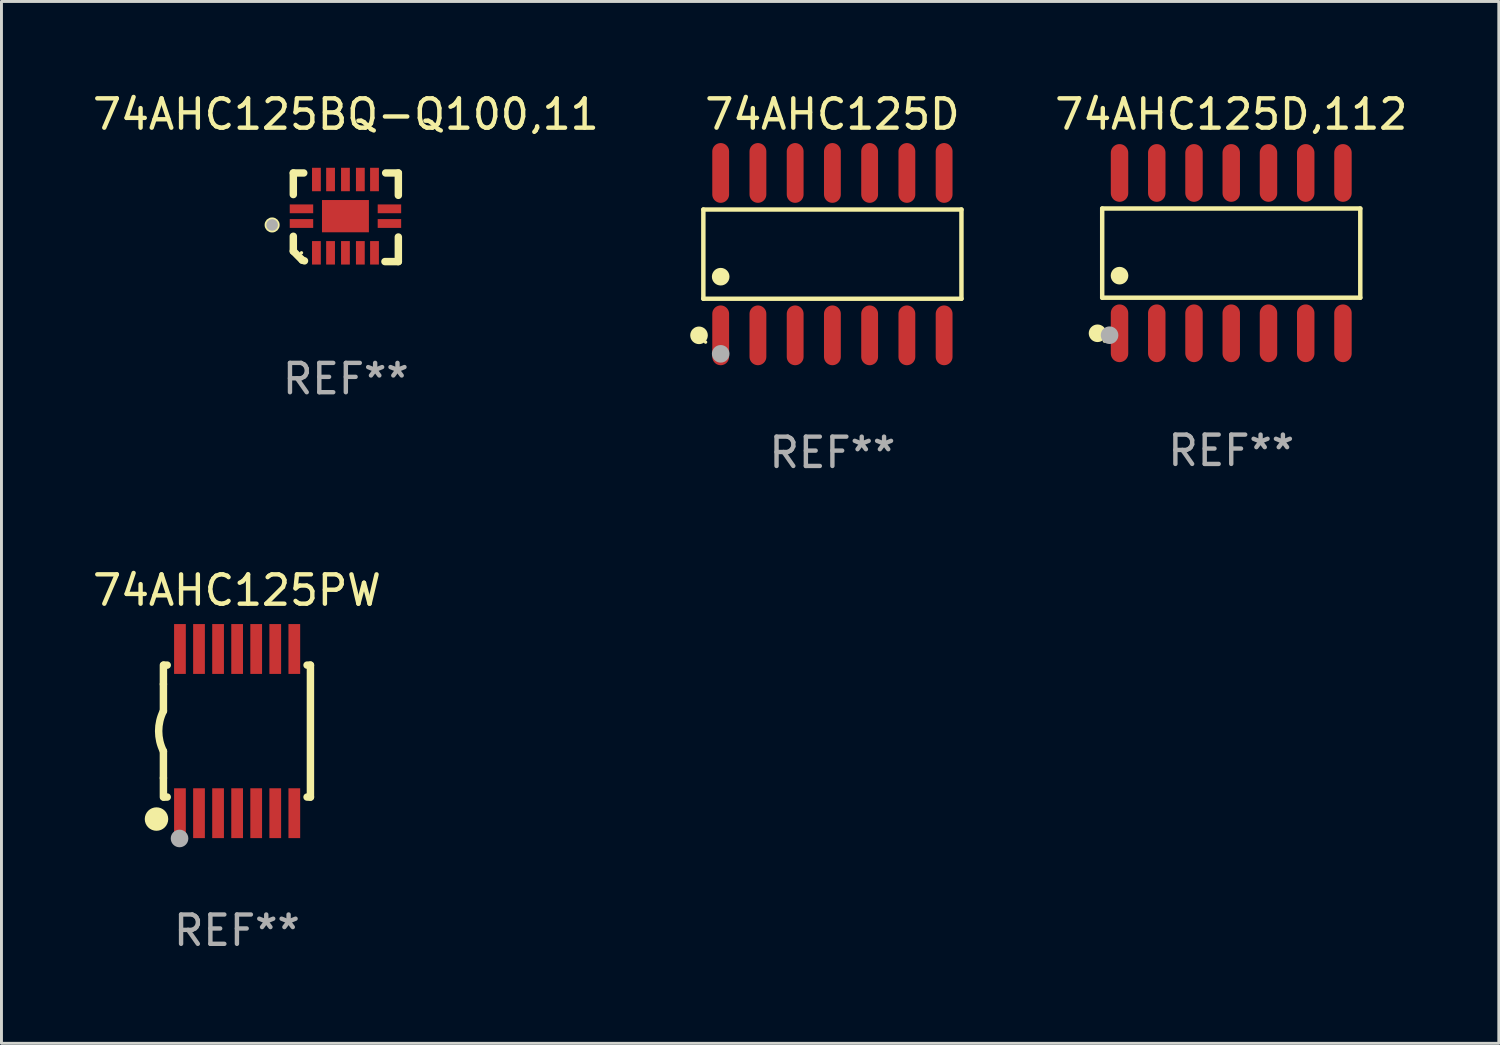
<source format=kicad_pcb>
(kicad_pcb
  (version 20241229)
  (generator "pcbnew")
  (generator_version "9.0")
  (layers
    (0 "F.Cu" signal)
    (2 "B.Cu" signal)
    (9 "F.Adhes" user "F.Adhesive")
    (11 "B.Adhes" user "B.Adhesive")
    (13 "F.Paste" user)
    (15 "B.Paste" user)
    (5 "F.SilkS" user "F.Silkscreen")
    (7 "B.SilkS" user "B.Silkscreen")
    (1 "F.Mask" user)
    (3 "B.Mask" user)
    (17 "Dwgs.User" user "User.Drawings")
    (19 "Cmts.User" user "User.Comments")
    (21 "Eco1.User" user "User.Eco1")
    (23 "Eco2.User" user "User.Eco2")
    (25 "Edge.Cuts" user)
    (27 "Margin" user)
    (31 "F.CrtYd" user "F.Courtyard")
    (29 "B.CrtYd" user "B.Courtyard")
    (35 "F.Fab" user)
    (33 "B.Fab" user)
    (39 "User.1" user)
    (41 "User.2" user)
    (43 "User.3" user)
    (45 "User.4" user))
  (footprint "74AHC125PW"
    (layer "F.Cu")
    (at 5.03 21.883)
    (property "Reference" "74AHC125PW" (at 0 -4.8 0) (layer "F.SilkS") (effects (font (size 1 1) (thickness 0.15))))
    (attr through_hole)
    (fp_line (start -2.507 -1.6) (end -2.507 -2.25) (stroke (width 0.254) (type solid)) (layer "F.SilkS"))
    (fp_line (start -2.507 -0.686) (end -2.507 -1.6) (stroke (width 0.254) (type solid)) (layer "F.SilkS"))
    (fp_line (start -2.507 1.6) (end -2.507 0.686) (stroke (width 0.254) (type solid)) (layer "F.SilkS"))
    (fp_line (start -2.507 1.6) (end -2.507 2.25) (stroke (width 0.254) (type solid)) (layer "F.SilkS"))
    (fp_line (start -2.493 -2.25) (end -2.377 -2.25) (stroke (width 0.254) (type solid)) (layer "F.SilkS"))
    (fp_line (start -2.377 2.25) (end -2.493 2.25) (stroke (width 0.254) (type solid)) (layer "F.SilkS"))
    (fp_line (start 2.392 -2.25) (end 2.507 -2.25) (stroke (width 0.254) (type solid)) (layer "F.SilkS"))
    (fp_line (start 2.507 -2.25) (end 2.507 2.25) (stroke (width 0.254) (type solid)) (layer "F.SilkS"))
    (fp_line (start 2.507 2.25) (end 2.392 2.25) (stroke (width 0.254) (type solid)) (layer "F.SilkS"))
    (fp_arc (start -2.507303 0.685802) (mid -2.669199 0) (end -2.507303 -0.685801) (stroke (width 0.254001) (type solid)) (layer "F.SilkS"))
    (fp_circle (center -2.743 3) (end -2.543 3) (stroke (width 0.4) (type solid)) (fill no) (layer "F.SilkS"))
    (fp_circle (center -2.493 3.2) (end -2.463 3.2) (stroke (width 0.06) (type solid)) (fill no) (layer "F.SilkS"))
    (fp_circle (center -1.957 3.662) (end -1.807 3.662) (stroke (width 0.3) (type solid)) (fill no) (layer "F.Fab"))
    (fp_text user "REF**" (at 0 6.8 0) (layer "F.Fab") (effects (font (size 1 1) (thickness 0.15))))
    (pad "1" smd rect (at -1.943 2.8) (size 0.4 1.7) (layers "F.Cu" "F.Mask" "F.Paste"))
    (pad "2" smd rect (at -1.293 2.8) (size 0.4 1.7) (layers "F.Cu" "F.Mask" "F.Paste"))
    (pad "3" smd rect (at -0.643 2.8) (size 0.4 1.7) (layers "F.Cu" "F.Mask" "F.Paste"))
    (pad "4" smd rect (at 0.007 2.8) (size 0.4 1.7) (layers "F.Cu" "F.Mask" "F.Paste"))
    (pad "5" smd rect (at 0.657 2.8) (size 0.4 1.7) (layers "F.Cu" "F.Mask" "F.Paste"))
    (pad "6" smd rect (at 1.307 2.8) (size 0.4 1.7) (layers "F.Cu" "F.Mask" "F.Paste"))
    (pad "7" smd rect (at 1.957 2.8) (size 0.4 1.7) (layers "F.Cu" "F.Mask" "F.Paste"))
    (pad "8" smd rect (at 1.957 -2.8) (size 0.4 1.7) (layers "F.Cu" "F.Mask" "F.Paste"))
    (pad "9" smd rect (at 1.307 -2.8) (size 0.4 1.7) (layers "F.Cu" "F.Mask" "F.Paste"))
    (pad "10" smd rect (at 0.657 -2.8) (size 0.4 1.7) (layers "F.Cu" "F.Mask" "F.Paste"))
    (pad "11" smd rect (at 0.007 -2.8) (size 0.4 1.7) (layers "F.Cu" "F.Mask" "F.Paste"))
    (pad "12" smd rect (at -0.643 -2.8) (size 0.4 1.7) (layers "F.Cu" "F.Mask" "F.Paste"))
    (pad "13" smd rect (at -1.293 -2.8) (size 0.4 1.7) (layers "F.Cu" "F.Mask" "F.Paste"))
    (pad "14" smd rect (at -1.943 -2.8) (size 0.4 1.7) (layers "F.Cu" "F.Mask" "F.Paste")))
  (footprint "74AHC125BQ-Q100,11"
    (layer "F.Cu")
    (at 8.744 4.36)
    (property "Reference" "74AHC125BQ-Q100,11" (at 0 -3.511 0) (layer "F.SilkS") (effects (font (size 1 1) (thickness 0.15))))
    (attr through_hole)
    (fp_line (start -1.791 -1.511) (end -1.435 -1.511) (stroke (width 0.254) (type solid)) (layer "F.SilkS"))
    (fp_line (start -1.791 -0.775) (end -1.791 -1.511) (stroke (width 0.254) (type solid)) (layer "F.SilkS"))
    (fp_line (start -1.791 1.156) (end -1.791 0.648) (stroke (width 0.254) (type solid)) (layer "F.SilkS"))
    (fp_line (start -1.486 1.461) (end -1.791 1.156) (stroke (width 0.254) (type solid)) (layer "F.SilkS"))
    (fp_line (start -1.41 1.486) (end -1.486 1.461) (stroke (width 0.254) (type solid)) (layer "F.SilkS"))
    (fp_line (start 1.334 1.511) (end 1.791 1.511) (stroke (width 0.254) (type solid)) (layer "F.SilkS"))
    (fp_line (start 1.791 -1.511) (end 1.359 -1.511) (stroke (width 0.254) (type solid)) (layer "F.SilkS"))
    (fp_line (start 1.791 -0.749) (end 1.791 -1.511) (stroke (width 0.254) (type solid)) (layer "F.SilkS"))
    (fp_line (start 1.791 1.511) (end 1.791 0.673) (stroke (width 0.254) (type solid)) (layer "F.SilkS"))
    (fp_circle (center -2.513 0.262) (end -2.383 0.262) (stroke (width 0.254) (type solid)) (fill no) (layer "F.SilkS"))
    (fp_circle (center -1.513 1.212) (end -1.483 1.212) (stroke (width 0.06) (type solid)) (fill no) (layer "F.SilkS"))
    (fp_circle (center -2.513 0.262) (end -2.413 0.262) (stroke (width 0.2) (type solid)) (fill no) (layer "F.Fab"))
    (fp_text user "REF**" (at 0 5.511 0) (layer "F.Fab") (effects (font (size 1 1) (thickness 0.15))))
    (pad "1" smd rect (at -1.513 0.212) (size 0.8 0.3) (layers "F.Cu" "F.Mask" "F.Paste"))
    (pad "2" smd rect (at -1.003 1.212) (size 0.3 0.8) (layers "F.Cu" "F.Mask" "F.Paste"))
    (pad "3" smd rect (at -0.521 1.212) (size 0.3 0.8) (layers "F.Cu" "F.Mask" "F.Paste"))
    (pad "4" smd rect (at -0.013 1.212) (size 0.3 0.8) (layers "F.Cu" "F.Mask" "F.Paste"))
    (pad "5" smd rect (at 0.495 1.212) (size 0.3 0.8) (layers "F.Cu" "F.Mask" "F.Paste"))
    (pad "6" smd rect (at 0.978 1.212) (size 0.3 0.8) (layers "F.Cu" "F.Mask" "F.Paste"))
    (pad "7" smd rect (at 1.487 0.212) (size 0.8 0.3) (layers "F.Cu" "F.Mask" "F.Paste"))
    (pad "8" smd rect (at 1.487 -0.288) (size 0.8 0.3) (layers "F.Cu" "F.Mask" "F.Paste"))
    (pad "9" smd rect (at 0.978 -1.288) (size 0.3 0.8) (layers "F.Cu" "F.Mask" "F.Paste"))
    (pad "10" smd rect (at 0.495 -1.288) (size 0.3 0.8) (layers "F.Cu" "F.Mask" "F.Paste"))
    (pad "11" smd rect (at -0.013 -1.288) (size 0.3 0.8) (layers "F.Cu" "F.Mask" "F.Paste"))
    (pad "12" smd rect (at -0.521 -1.288) (size 0.3 0.8) (layers "F.Cu" "F.Mask" "F.Paste"))
    (pad "13" smd rect (at -1.003 -1.288) (size 0.3 0.8) (layers "F.Cu" "F.Mask" "F.Paste"))
    (pad "14" smd rect (at -1.513 -0.288) (size 0.8 0.3) (layers "F.Cu" "F.Mask" "F.Paste"))
    (pad "15" smd rect (at -0.013 -0.038 90) (size 1.1 1.6) (layers "F.Cu" "F.Mask" "F.Paste")))
  (footprint "74AHC125D,112"
    (layer "F.Cu")
    (at 38.94 5.582)
    (property "Reference" "74AHC125D,112" (at 0 -4.734 0) (layer "F.SilkS") (effects (font (size 1 1) (thickness 0.15))))
    (attr through_hole)
    (fp_line (start -4.401 -1.521) (end 4.401 -1.521) (stroke (width 0.152) (type solid)) (layer "F.SilkS"))
    (fp_line (start -4.401 1.521) (end -4.401 -1.521) (stroke (width 0.152) (type solid)) (layer "F.SilkS"))
    (fp_line (start 4.401 -1.521) (end 4.401 1.521) (stroke (width 0.152) (type solid)) (layer "F.SilkS"))
    (fp_line (start 4.401 1.521) (end -4.401 1.521) (stroke (width 0.152) (type solid)) (layer "F.SilkS"))
    (fp_circle (center -4.56 2.734) (end -4.41 2.734) (stroke (width 0.3) (type solid)) (fill no) (layer "F.SilkS"))
    (fp_circle (center -4.325 3) (end -4.295 3) (stroke (width 0.06) (type solid)) (fill no) (layer "F.SilkS"))
    (fp_circle (center -3.81 0.769) (end -3.66 0.769) (stroke (width 0.3) (type solid)) (fill no) (layer "F.SilkS"))
    (fp_circle (center -4.15 2.8) (end -4 2.8) (stroke (width 0.3) (type solid)) (fill no) (layer "F.Fab"))
    (fp_text user "REF**" (at 0 6.734 0) (layer "F.Fab") (effects (font (size 1 1) (thickness 0.15))))
    (pad "1" smd oval (at -3.81 2.734) (size 0.595 1.968) (layers "F.Cu" "F.Mask" "F.Paste"))
    (pad "2" smd oval (at -2.54 2.734) (size 0.595 1.968) (layers "F.Cu" "F.Mask" "F.Paste"))
    (pad "3" smd oval (at -1.27 2.734) (size 0.595 1.968) (layers "F.Cu" "F.Mask" "F.Paste"))
    (pad "4" smd oval (at 0 2.734) (size 0.595 1.968) (layers "F.Cu" "F.Mask" "F.Paste"))
    (pad "5" smd oval (at 1.27 2.734) (size 0.595 1.968) (layers "F.Cu" "F.Mask" "F.Paste"))
    (pad "6" smd oval (at 2.54 2.734) (size 0.595 1.968) (layers "F.Cu" "F.Mask" "F.Paste"))
    (pad "7" smd oval (at 3.81 2.734) (size 0.595 1.968) (layers "F.Cu" "F.Mask" "F.Paste"))
    (pad "8" smd oval (at 3.81 -2.734) (size 0.595 1.968) (layers "F.Cu" "F.Mask" "F.Paste"))
    (pad "9" smd oval (at 2.54 -2.734) (size 0.595 1.968) (layers "F.Cu" "F.Mask" "F.Paste"))
    (pad "10" smd oval (at 1.27 -2.734) (size 0.595 1.968) (layers "F.Cu" "F.Mask" "F.Paste"))
    (pad "11" smd oval (at 0 -2.734) (size 0.595 1.968) (layers "F.Cu" "F.Mask" "F.Paste"))
    (pad "12" smd oval (at -1.27 -2.734) (size 0.595 1.968) (layers "F.Cu" "F.Mask" "F.Paste"))
    (pad "13" smd oval (at -2.54 -2.734) (size 0.595 1.968) (layers "F.Cu" "F.Mask" "F.Paste"))
    (pad "14" smd oval (at -3.81 -2.734) (size 0.595 1.968) (layers "F.Cu" "F.Mask" "F.Paste")))
  (footprint "74AHC125D"
    (layer "F.Cu")
    (at 25.338 5.617)
    (property "Reference" "74AHC125D" (at 0 -4.769 0) (layer "F.SilkS") (effects (font (size 1 1) (thickness 0.15))))
    (attr through_hole)
    (fp_line (start -4.401 -1.521) (end 4.401 -1.521) (stroke (width 0.152) (type solid)) (layer "F.SilkS"))
    (fp_line (start -4.401 1.521) (end -4.401 -1.521) (stroke (width 0.152) (type solid)) (layer "F.SilkS"))
    (fp_line (start 4.401 -1.521) (end 4.401 1.521) (stroke (width 0.152) (type solid)) (layer "F.SilkS"))
    (fp_line (start 4.401 1.521) (end -4.401 1.521) (stroke (width 0.152) (type solid)) (layer "F.SilkS"))
    (fp_circle (center -4.549 2.769) (end -4.399 2.769) (stroke (width 0.3) (type solid)) (fill no) (layer "F.SilkS"))
    (fp_circle (center -4.325 3) (end -4.295 3) (stroke (width 0.06) (type solid)) (fill no) (layer "F.SilkS"))
    (fp_circle (center -3.81 0.769) (end -3.66 0.769) (stroke (width 0.3) (type solid)) (fill no) (layer "F.SilkS"))
    (fp_circle (center -3.81 3.4) (end -3.66 3.4) (stroke (width 0.3) (type solid)) (fill no) (layer "F.Fab"))
    (fp_text user "REF**" (at 0 6.769 0) (layer "F.Fab") (effects (font (size 1 1) (thickness 0.15))))
    (pad "1" smd oval (at -3.81 2.769) (size 0.574 2.038) (layers "F.Cu" "F.Mask" "F.Paste"))
    (pad "2" smd oval (at -2.54 2.769) (size 0.574 2.038) (layers "F.Cu" "F.Mask" "F.Paste"))
    (pad "3" smd oval (at -1.27 2.769) (size 0.574 2.038) (layers "F.Cu" "F.Mask" "F.Paste"))
    (pad "4" smd oval (at 0 2.769) (size 0.574 2.038) (layers "F.Cu" "F.Mask" "F.Paste"))
    (pad "5" smd oval (at 1.27 2.769) (size 0.574 2.038) (layers "F.Cu" "F.Mask" "F.Paste"))
    (pad "6" smd oval (at 2.54 2.769) (size 0.574 2.038) (layers "F.Cu" "F.Mask" "F.Paste"))
    (pad "7" smd oval (at 3.81 2.769) (size 0.574 2.038) (layers "F.Cu" "F.Mask" "F.Paste"))
    (pad "8" smd oval (at 3.81 -2.769) (size 0.574 2.038) (layers "F.Cu" "F.Mask" "F.Paste"))
    (pad "9" smd oval (at 2.54 -2.769) (size 0.574 2.038) (layers "F.Cu" "F.Mask" "F.Paste"))
    (pad "10" smd oval (at 1.27 -2.769) (size 0.574 2.038) (layers "F.Cu" "F.Mask" "F.Paste"))
    (pad "11" smd oval (at 0 -2.769) (size 0.574 2.038) (layers "F.Cu" "F.Mask" "F.Paste"))
    (pad "12" smd oval (at -1.27 -2.769) (size 0.574 2.038) (layers "F.Cu" "F.Mask" "F.Paste"))
    (pad "13" smd oval (at -2.54 -2.769) (size 0.574 2.038) (layers "F.Cu" "F.Mask" "F.Paste"))
    (pad "14" smd oval (at -3.81 -2.769) (size 0.574 2.038) (layers "F.Cu" "F.Mask" "F.Paste")))
  (gr_rect
    (start -3 -3)
    (end 48.065 32.531)
    (stroke (width 0.1) (type default))
    (fill no)
    (layer "Edge.Cuts")))
</source>
